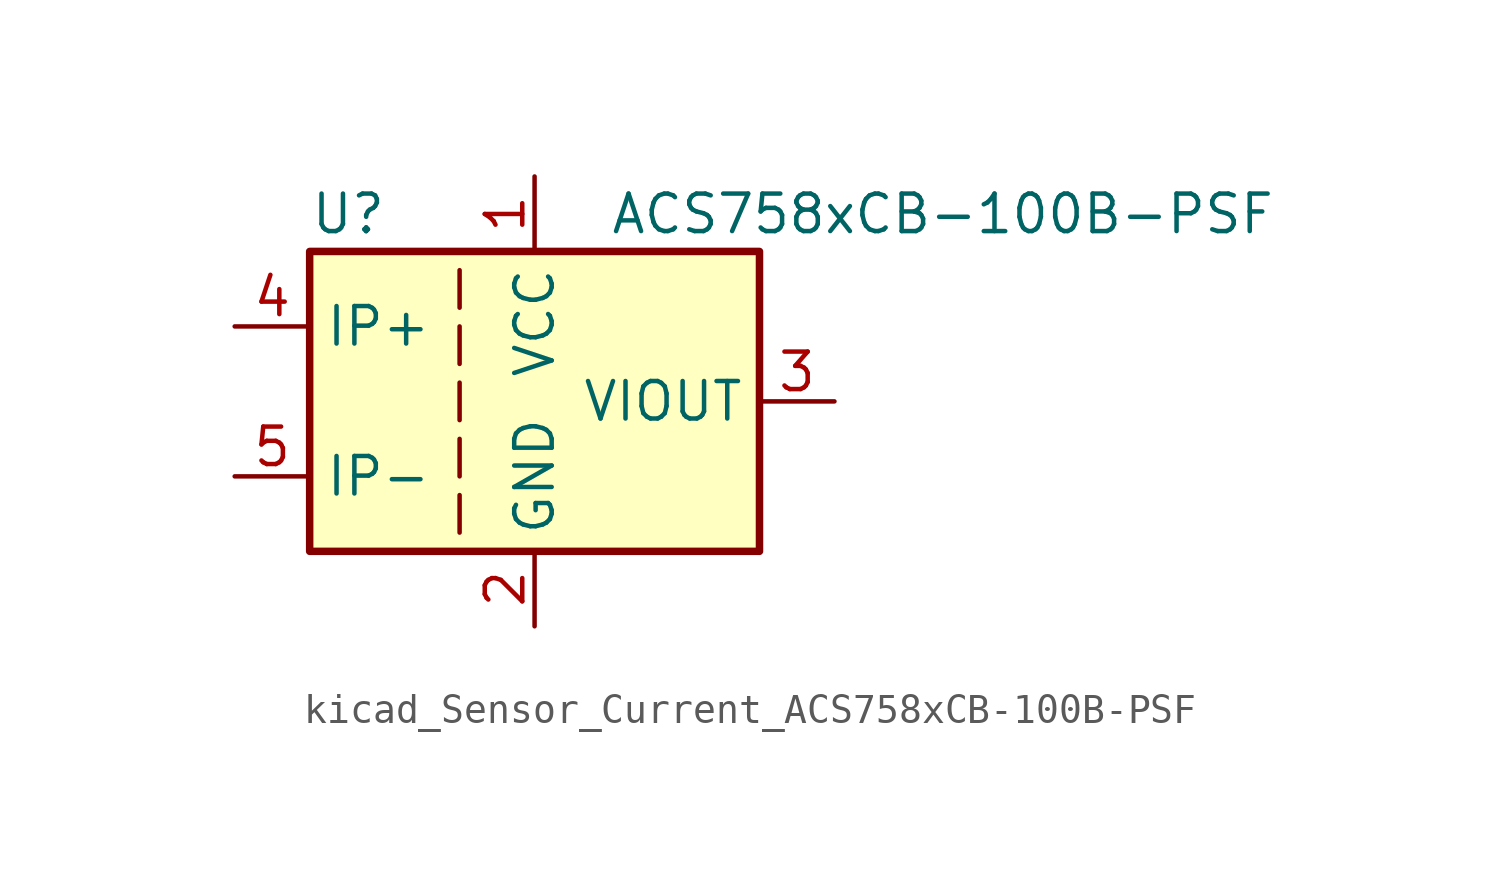
<source format=kicad_sym>
(kicad_symbol_lib
  (version 20220914)
  (generator kicad_symbol_editor)
  (symbol "kicad_Sensor_Current_ACS758xCB-100B-PSF"
    (property "Reference" "U"
      (at -7.62 6.35 0)
      (effects (font (size 1.27 1.27)) (justify left)))
    (property "Value" "ACS758xCB-100B-PSF"
      (at 2.54 6.35 0)
      (effects (font (size 1.27 1.27)) (justify left)))
    (symbol "kicad_Sensor_Current_ACS758xCB-100B-PSF_0_1"
      (rectangle (start -7.62 5.08) (end 7.62 -5.08) (stroke (width 0.254) (type default)) (fill (type background)))
      (polyline (pts (xy -2.54 -3.175) (xy -2.54 -4.445)) (stroke (width 0) (type default)) (fill (type none)))
      (polyline (pts (xy -2.54 -1.27) (xy -2.54 -2.54)) (stroke (width 0) (type default)) (fill (type none)))
      (polyline (pts (xy -2.54 0.635) (xy -2.54 -0.635)) (stroke (width 0) (type default)) (fill (type none)))
      (polyline (pts (xy -2.54 1.27) (xy -2.54 2.54)) (stroke (width 0) (type default)) (fill (type none)))
      (polyline (pts (xy -2.54 3.175) (xy -2.54 4.445)) (stroke (width 0) (type default)) (fill (type none))))
    (symbol "kicad_Sensor_Current_ACS758xCB-100B-PSF_1_1"
      (pin power_in line (at 0 7.62 270) (length 2.54) (name "VCC" (effects (font (size 1.27 1.27)))) (number "1" (effects (font (size 1.27 1.27)))))
      (pin power_in line (at 0 -7.62 90) (length 2.54) (name "GND" (effects (font (size 1.27 1.27)))) (number "2" (effects (font (size 1.27 1.27)))))
      (pin output line (at 10.16 0 180) (length 2.54) (name "VIOUT" (effects (font (size 1.27 1.27)))) (number "3" (effects (font (size 1.27 1.27)))))
      (pin passive line (at -10.16 2.54 0) (length 2.54) (name "IP+" (effects (font (size 1.27 1.27)))) (number "4" (effects (font (size 1.27 1.27)))))
      (pin passive line (at -10.16 -2.54 0) (length 2.54) (name "IP-" (effects (font (size 1.27 1.27)))) (number "5" (effects (font (size 1.27 1.27))))))))
</source>
